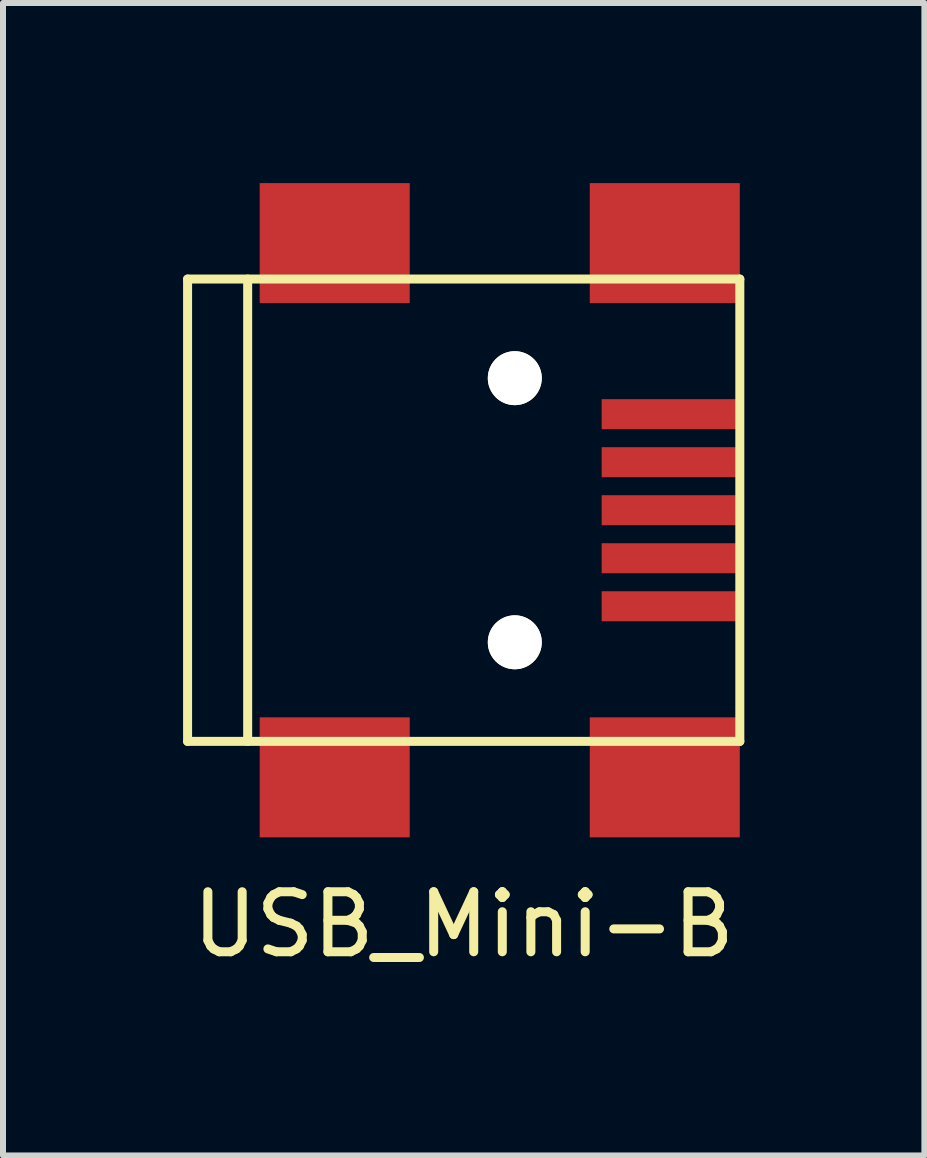
<source format=kicad_pcb>
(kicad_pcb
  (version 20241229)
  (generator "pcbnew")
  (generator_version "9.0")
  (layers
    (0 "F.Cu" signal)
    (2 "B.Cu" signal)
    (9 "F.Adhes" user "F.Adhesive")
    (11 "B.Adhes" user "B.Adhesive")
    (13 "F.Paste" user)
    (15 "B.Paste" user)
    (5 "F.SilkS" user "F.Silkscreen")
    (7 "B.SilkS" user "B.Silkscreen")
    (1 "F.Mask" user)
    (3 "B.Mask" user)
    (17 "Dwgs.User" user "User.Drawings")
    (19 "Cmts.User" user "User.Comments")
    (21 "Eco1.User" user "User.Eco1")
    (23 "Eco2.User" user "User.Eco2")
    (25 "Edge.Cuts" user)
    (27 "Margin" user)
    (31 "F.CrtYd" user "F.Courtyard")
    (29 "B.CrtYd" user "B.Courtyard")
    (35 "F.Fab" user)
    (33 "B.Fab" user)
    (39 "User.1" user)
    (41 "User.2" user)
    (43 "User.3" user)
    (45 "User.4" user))
  (footprint "USB_Mini-B"
    (placed yes)
    (layer "F.Cu")
    (at 4.675 5.45)
    (property "Reference" "USB_Mini-B" (at 0 6.901 0) (layer "F.SilkS") (effects (font (size 1 1) (thickness 0.15))))
    (attr through_hole)
    (fp_line (start -4.6 -3.851) (end -4.6 3.851) (stroke (width 0.15) (type solid)) (layer "F.SilkS"))
    (fp_line (start -4.6 3.851) (end 4.6 3.851) (stroke (width 0.15) (type solid)) (layer "F.SilkS"))
    (fp_line (start -3.599 -3.851) (end -3.599 3.851) (stroke (width 0.15) (type solid)) (layer "F.SilkS"))
    (fp_line (start 4.6 -3.851) (end -4.6 -3.851) (stroke (width 0.15) (type solid)) (layer "F.SilkS"))
    (fp_line (start 4.6 3.851) (end 4.6 -3.851) (stroke (width 0.15) (type solid)) (layer "F.SilkS"))
    (pad "" np_thru_hole circle (at 0.851 -2.2) (size 0.899 0.899) (drill 0.899) (layers "*.Cu" "*.Mask" "F.SilkS"))
    (pad "" np_thru_hole circle (at 0.851 2.2) (size 0.899 0.899) (drill 0.899) (layers "*.Cu" "*.Mask" "F.SilkS"))
    (pad "1" smd rect (at 3.449 -1.6) (size 2.301 0.5) (layers "F.Cu" "F.Mask" "F.Paste"))
    (pad "2" smd rect (at 3.449 -0.8) (size 2.301 0.5) (layers "F.Cu" "F.Mask" "F.Paste"))
    (pad "3" smd rect (at 3.449 0) (size 2.301 0.5) (layers "F.Cu" "F.Mask" "F.Paste"))
    (pad "4" smd rect (at 3.449 0.8) (size 2.301 0.5) (layers "F.Cu" "F.Mask" "F.Paste"))
    (pad "5" smd rect (at 3.449 1.6) (size 2.301 0.5) (layers "F.Cu" "F.Mask" "F.Paste"))
    (pad "6" smd rect (at 3.35 -4.45) (size 2.499 1.999) (layers "F.Cu" "F.Mask" "F.Paste"))
    (pad "7" smd rect (at -2.149 -4.45) (size 2.499 1.999) (layers "F.Cu" "F.Mask" "F.Paste"))
    (pad "8" smd rect (at 3.35 4.45) (size 2.499 1.999) (layers "F.Cu" "F.Mask" "F.Paste"))
    (pad "9" smd rect (at -2.149 4.45) (size 2.499 1.999) (layers "F.Cu" "F.Mask" "F.Paste")))
  (gr_rect
    (start -3 -3)
    (end 12.35 16.199)
    (stroke (width 0.1) (type default))
    (fill no)
    (layer "Edge.Cuts")))
</source>
